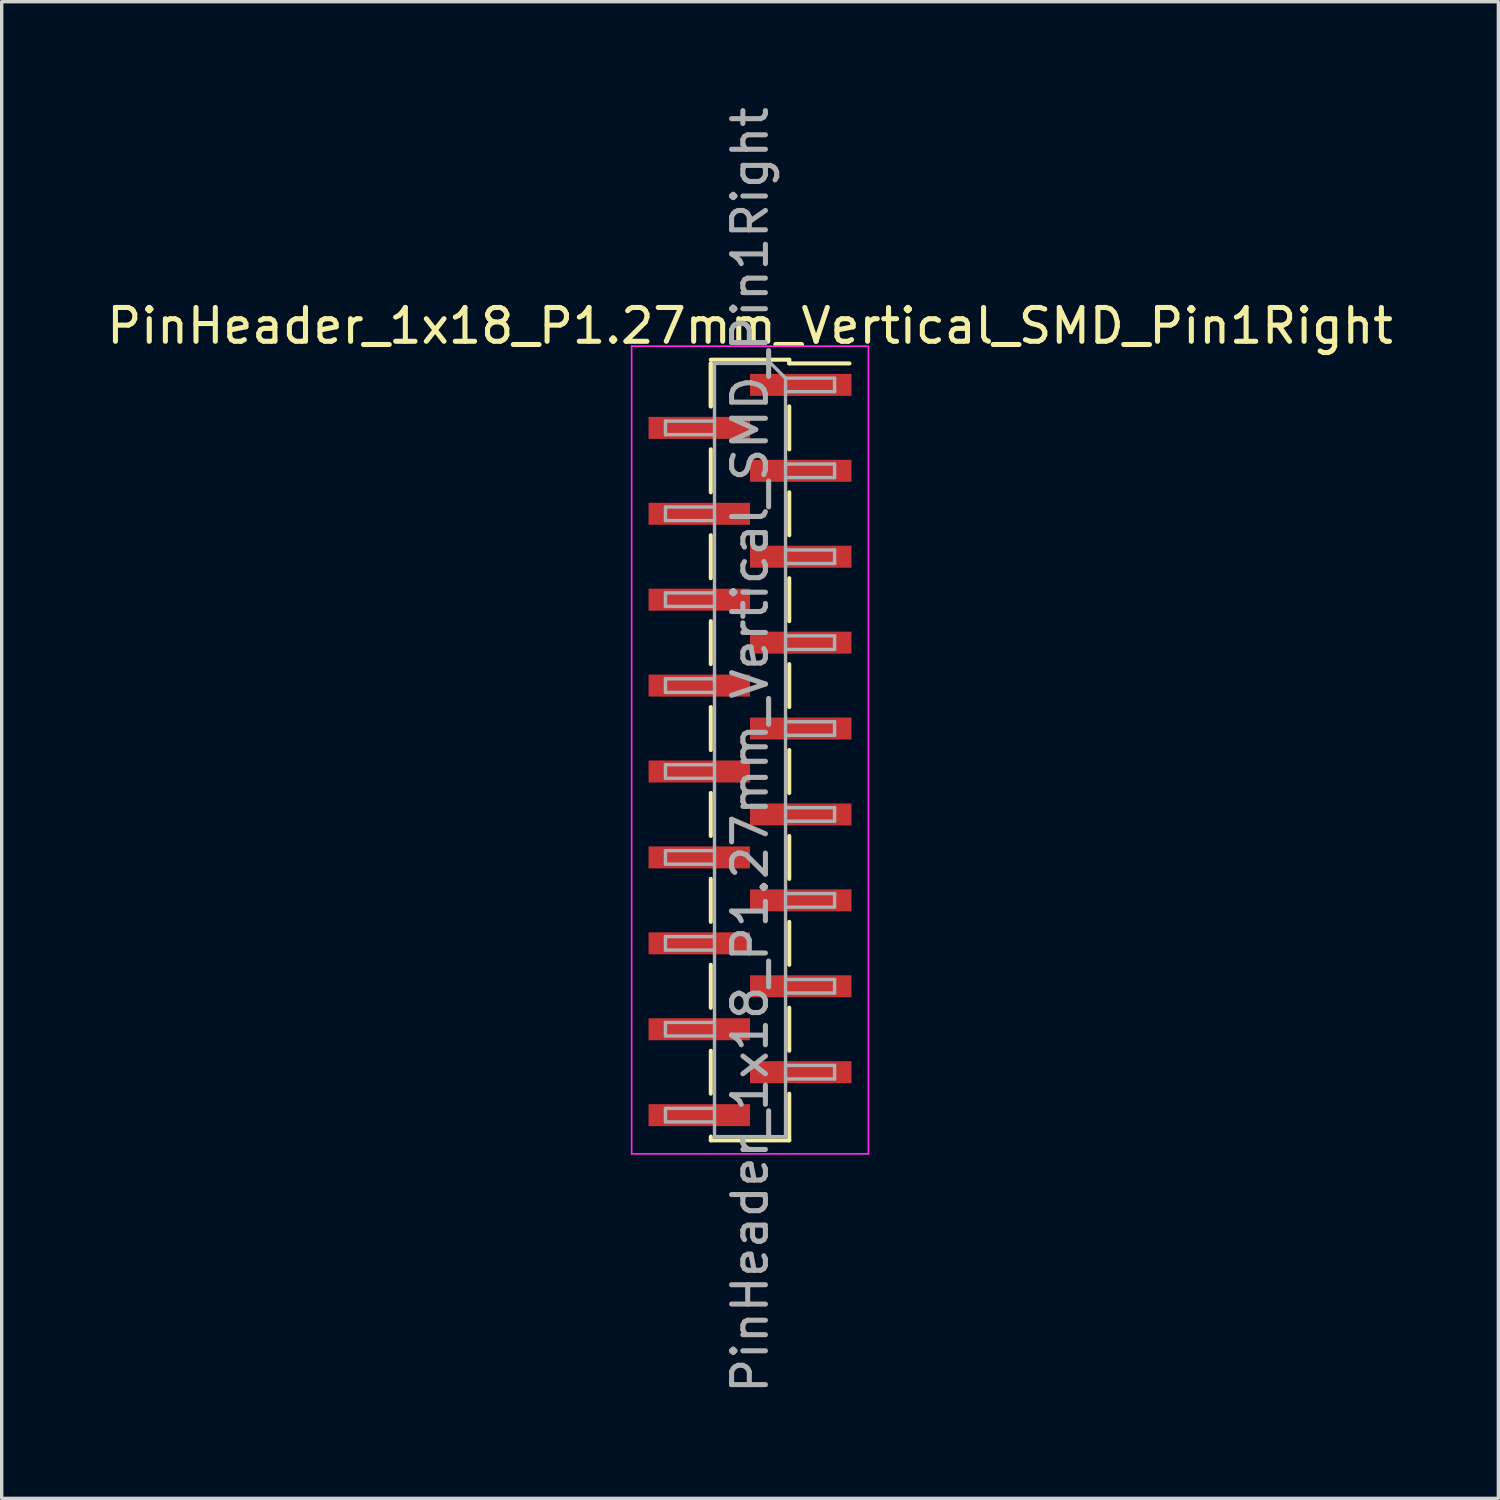
<source format=kicad_pcb>
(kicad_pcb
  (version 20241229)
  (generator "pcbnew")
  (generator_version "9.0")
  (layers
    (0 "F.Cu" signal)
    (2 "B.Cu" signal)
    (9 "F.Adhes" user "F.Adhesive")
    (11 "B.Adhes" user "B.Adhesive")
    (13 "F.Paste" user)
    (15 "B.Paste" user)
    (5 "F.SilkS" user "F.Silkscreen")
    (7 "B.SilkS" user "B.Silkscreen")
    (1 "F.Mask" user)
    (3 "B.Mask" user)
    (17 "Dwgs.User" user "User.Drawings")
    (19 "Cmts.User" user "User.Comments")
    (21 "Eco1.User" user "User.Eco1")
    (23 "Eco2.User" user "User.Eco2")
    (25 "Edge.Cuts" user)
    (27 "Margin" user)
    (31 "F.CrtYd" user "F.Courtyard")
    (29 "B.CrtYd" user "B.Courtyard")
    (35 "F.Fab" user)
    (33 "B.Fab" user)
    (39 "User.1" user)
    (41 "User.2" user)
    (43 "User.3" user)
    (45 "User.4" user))
  (footprint "PinHeader_1x18_P1.27mm_Vertical_SMD_Pin1Right"
    (layer "F.Cu")
    (at 19.125 19.125)
    (property "Reference" "PinHeader_1x18_P1.27mm_Vertical_SMD_Pin1Right" (at 0 -12.54 0) (layer "F.SilkS") (effects (font (size 1 1) (thickness 0.15))))
    (attr smd)
    (fp_line (start -1.16 -11.54) (end 1.16 -11.54) (stroke (width 0.12) (type solid)) (layer "F.SilkS"))
    (fp_line (start -1.16 -11.43) (end -1.16 -10.16) (stroke (width 0.12) (type solid)) (layer "F.SilkS"))
    (fp_line (start -1.16 -11.43) (end -1.16 -10.16) (stroke (width 0.12) (type solid)) (layer "F.SilkS"))
    (fp_line (start -1.16 -8.89) (end -1.16 -7.62) (stroke (width 0.12) (type solid)) (layer "F.SilkS"))
    (fp_line (start -1.16 -6.35) (end -1.16 -5.08) (stroke (width 0.12) (type solid)) (layer "F.SilkS"))
    (fp_line (start -1.16 -3.81) (end -1.16 -2.54) (stroke (width 0.12) (type solid)) (layer "F.SilkS"))
    (fp_line (start -1.16 -1.27) (end -1.16 0) (stroke (width 0.12) (type solid)) (layer "F.SilkS"))
    (fp_line (start -1.16 1.27) (end -1.16 2.54) (stroke (width 0.12) (type solid)) (layer "F.SilkS"))
    (fp_line (start -1.16 3.81) (end -1.16 5.08) (stroke (width 0.12) (type solid)) (layer "F.SilkS"))
    (fp_line (start -1.16 6.35) (end -1.16 7.62) (stroke (width 0.12) (type solid)) (layer "F.SilkS"))
    (fp_line (start -1.16 8.89) (end -1.16 10.16) (stroke (width 0.12) (type solid)) (layer "F.SilkS"))
    (fp_line (start -1.16 11.43) (end -1.16 11.54) (stroke (width 0.12) (type solid)) (layer "F.SilkS"))
    (fp_line (start -1.16 11.54) (end 1.16 11.54) (stroke (width 0.12) (type solid)) (layer "F.SilkS"))
    (fp_line (start 1.16 -11.54) (end 1.16 -11.43) (stroke (width 0.12) (type solid)) (layer "F.SilkS"))
    (fp_line (start 1.16 -11.43) (end 2.94 -11.43) (stroke (width 0.12) (type solid)) (layer "F.SilkS"))
    (fp_line (start 1.16 -10.16) (end 1.16 -8.89) (stroke (width 0.12) (type solid)) (layer "F.SilkS"))
    (fp_line (start 1.16 -7.62) (end 1.16 -6.35) (stroke (width 0.12) (type solid)) (layer "F.SilkS"))
    (fp_line (start 1.16 -5.08) (end 1.16 -3.81) (stroke (width 0.12) (type solid)) (layer "F.SilkS"))
    (fp_line (start 1.16 -2.54) (end 1.16 -1.27) (stroke (width 0.12) (type solid)) (layer "F.SilkS"))
    (fp_line (start 1.16 0) (end 1.16 1.27) (stroke (width 0.12) (type solid)) (layer "F.SilkS"))
    (fp_line (start 1.16 2.54) (end 1.16 3.81) (stroke (width 0.12) (type solid)) (layer "F.SilkS"))
    (fp_line (start 1.16 5.08) (end 1.16 6.35) (stroke (width 0.12) (type solid)) (layer "F.SilkS"))
    (fp_line (start 1.16 7.62) (end 1.16 8.89) (stroke (width 0.12) (type solid)) (layer "F.SilkS"))
    (fp_line (start 1.16 10.16) (end 1.16 11.54) (stroke (width 0.12) (type solid)) (layer "F.SilkS"))
    (fp_line (start -3.5 -11.94) (end -3.5 11.94) (stroke (width 0.05) (type solid)) (layer "F.CrtYd"))
    (fp_line (start -3.5 11.94) (end 3.5 11.94) (stroke (width 0.05) (type solid)) (layer "F.CrtYd"))
    (fp_line (start 3.5 -11.94) (end -3.5 -11.94) (stroke (width 0.05) (type solid)) (layer "F.CrtYd"))
    (fp_line (start 3.5 11.94) (end 3.5 -11.94) (stroke (width 0.05) (type solid)) (layer "F.CrtYd"))
    (fp_line (start -2.5 -9.725) (end -2.5 -9.325) (stroke (width 0.1) (type solid)) (layer "F.Fab"))
    (fp_line (start -2.5 -9.325) (end -1.05 -9.325) (stroke (width 0.1) (type solid)) (layer "F.Fab"))
    (fp_line (start -2.5 -7.185) (end -2.5 -6.785) (stroke (width 0.1) (type solid)) (layer "F.Fab"))
    (fp_line (start -2.5 -6.785) (end -1.05 -6.785) (stroke (width 0.1) (type solid)) (layer "F.Fab"))
    (fp_line (start -2.5 -4.645) (end -2.5 -4.245) (stroke (width 0.1) (type solid)) (layer "F.Fab"))
    (fp_line (start -2.5 -4.245) (end -1.05 -4.245) (stroke (width 0.1) (type solid)) (layer "F.Fab"))
    (fp_line (start -2.5 -2.105) (end -2.5 -1.705) (stroke (width 0.1) (type solid)) (layer "F.Fab"))
    (fp_line (start -2.5 -1.705) (end -1.05 -1.705) (stroke (width 0.1) (type solid)) (layer "F.Fab"))
    (fp_line (start -2.5 0.435) (end -2.5 0.835) (stroke (width 0.1) (type solid)) (layer "F.Fab"))
    (fp_line (start -2.5 0.835) (end -1.05 0.835) (stroke (width 0.1) (type solid)) (layer "F.Fab"))
    (fp_line (start -2.5 2.975) (end -2.5 3.375) (stroke (width 0.1) (type solid)) (layer "F.Fab"))
    (fp_line (start -2.5 3.375) (end -1.05 3.375) (stroke (width 0.1) (type solid)) (layer "F.Fab"))
    (fp_line (start -2.5 5.515) (end -2.5 5.915) (stroke (width 0.1) (type solid)) (layer "F.Fab"))
    (fp_line (start -2.5 5.915) (end -1.05 5.915) (stroke (width 0.1) (type solid)) (layer "F.Fab"))
    (fp_line (start -2.5 8.055) (end -2.5 8.455) (stroke (width 0.1) (type solid)) (layer "F.Fab"))
    (fp_line (start -2.5 8.455) (end -1.05 8.455) (stroke (width 0.1) (type solid)) (layer "F.Fab"))
    (fp_line (start -2.5 10.595) (end -2.5 10.995) (stroke (width 0.1) (type solid)) (layer "F.Fab"))
    (fp_line (start -2.5 10.995) (end -1.05 10.995) (stroke (width 0.1) (type solid)) (layer "F.Fab"))
    (fp_line (start -1.05 -11.43) (end -1.05 11.43) (stroke (width 0.1) (type solid)) (layer "F.Fab"))
    (fp_line (start -1.05 -11.43) (end 0.615 -11.43) (stroke (width 0.1) (type solid)) (layer "F.Fab"))
    (fp_line (start -1.05 -9.725) (end -2.5 -9.725) (stroke (width 0.1) (type solid)) (layer "F.Fab"))
    (fp_line (start -1.05 -7.185) (end -2.5 -7.185) (stroke (width 0.1) (type solid)) (layer "F.Fab"))
    (fp_line (start -1.05 -4.645) (end -2.5 -4.645) (stroke (width 0.1) (type solid)) (layer "F.Fab"))
    (fp_line (start -1.05 -2.105) (end -2.5 -2.105) (stroke (width 0.1) (type solid)) (layer "F.Fab"))
    (fp_line (start -1.05 0.435) (end -2.5 0.435) (stroke (width 0.1) (type solid)) (layer "F.Fab"))
    (fp_line (start -1.05 2.975) (end -2.5 2.975) (stroke (width 0.1) (type solid)) (layer "F.Fab"))
    (fp_line (start -1.05 5.515) (end -2.5 5.515) (stroke (width 0.1) (type solid)) (layer "F.Fab"))
    (fp_line (start -1.05 8.055) (end -2.5 8.055) (stroke (width 0.1) (type solid)) (layer "F.Fab"))
    (fp_line (start -1.05 10.595) (end -2.5 10.595) (stroke (width 0.1) (type solid)) (layer "F.Fab"))
    (fp_line (start 1.05 -10.995) (end 0.615 -11.43) (stroke (width 0.1) (type solid)) (layer "F.Fab"))
    (fp_line (start 1.05 -10.995) (end 2.5 -10.995) (stroke (width 0.1) (type solid)) (layer "F.Fab"))
    (fp_line (start 1.05 -8.455) (end 2.5 -8.455) (stroke (width 0.1) (type solid)) (layer "F.Fab"))
    (fp_line (start 1.05 -5.915) (end 2.5 -5.915) (stroke (width 0.1) (type solid)) (layer "F.Fab"))
    (fp_line (start 1.05 -3.375) (end 2.5 -3.375) (stroke (width 0.1) (type solid)) (layer "F.Fab"))
    (fp_line (start 1.05 -0.835) (end 2.5 -0.835) (stroke (width 0.1) (type solid)) (layer "F.Fab"))
    (fp_line (start 1.05 1.705) (end 2.5 1.705) (stroke (width 0.1) (type solid)) (layer "F.Fab"))
    (fp_line (start 1.05 4.245) (end 2.5 4.245) (stroke (width 0.1) (type solid)) (layer "F.Fab"))
    (fp_line (start 1.05 6.785) (end 2.5 6.785) (stroke (width 0.1) (type solid)) (layer "F.Fab"))
    (fp_line (start 1.05 9.325) (end 2.5 9.325) (stroke (width 0.1) (type solid)) (layer "F.Fab"))
    (fp_line (start 1.05 11.43) (end -1.05 11.43) (stroke (width 0.1) (type solid)) (layer "F.Fab"))
    (fp_line (start 1.05 11.43) (end 1.05 -10.995) (stroke (width 0.1) (type solid)) (layer "F.Fab"))
    (fp_line (start 2.5 -10.995) (end 2.5 -10.595) (stroke (width 0.1) (type solid)) (layer "F.Fab"))
    (fp_line (start 2.5 -10.595) (end 1.05 -10.595) (stroke (width 0.1) (type solid)) (layer "F.Fab"))
    (fp_line (start 2.5 -8.455) (end 2.5 -8.055) (stroke (width 0.1) (type solid)) (layer "F.Fab"))
    (fp_line (start 2.5 -8.055) (end 1.05 -8.055) (stroke (width 0.1) (type solid)) (layer "F.Fab"))
    (fp_line (start 2.5 -5.915) (end 2.5 -5.515) (stroke (width 0.1) (type solid)) (layer "F.Fab"))
    (fp_line (start 2.5 -5.515) (end 1.05 -5.515) (stroke (width 0.1) (type solid)) (layer "F.Fab"))
    (fp_line (start 2.5 -3.375) (end 2.5 -2.975) (stroke (width 0.1) (type solid)) (layer "F.Fab"))
    (fp_line (start 2.5 -2.975) (end 1.05 -2.975) (stroke (width 0.1) (type solid)) (layer "F.Fab"))
    (fp_line (start 2.5 -0.835) (end 2.5 -0.435) (stroke (width 0.1) (type solid)) (layer "F.Fab"))
    (fp_line (start 2.5 -0.435) (end 1.05 -0.435) (stroke (width 0.1) (type solid)) (layer "F.Fab"))
    (fp_line (start 2.5 1.705) (end 2.5 2.105) (stroke (width 0.1) (type solid)) (layer "F.Fab"))
    (fp_line (start 2.5 2.105) (end 1.05 2.105) (stroke (width 0.1) (type solid)) (layer "F.Fab"))
    (fp_line (start 2.5 4.245) (end 2.5 4.645) (stroke (width 0.1) (type solid)) (layer "F.Fab"))
    (fp_line (start 2.5 4.645) (end 1.05 4.645) (stroke (width 0.1) (type solid)) (layer "F.Fab"))
    (fp_line (start 2.5 6.785) (end 2.5 7.185) (stroke (width 0.1) (type solid)) (layer "F.Fab"))
    (fp_line (start 2.5 7.185) (end 1.05 7.185) (stroke (width 0.1) (type solid)) (layer "F.Fab"))
    (fp_line (start 2.5 9.325) (end 2.5 9.725) (stroke (width 0.1) (type solid)) (layer "F.Fab"))
    (fp_line (start 2.5 9.725) (end 1.05 9.725) (stroke (width 0.1) (type solid)) (layer "F.Fab"))
    (fp_text user "${REFERENCE}" (at 0 0 90) (layer "F.Fab") (effects (font (size 1 1) (thickness 0.15))))
    (pad "1" smd rect (at 1.5 -10.795) (size 3 0.65) (layers "F.Cu" "F.Mask" "F.Paste"))
    (pad "2" smd rect (at -1.5 -9.525) (size 3 0.65) (layers "F.Cu" "F.Mask" "F.Paste"))
    (pad "3" smd rect (at 1.5 -8.255) (size 3 0.65) (layers "F.Cu" "F.Mask" "F.Paste"))
    (pad "4" smd rect (at -1.5 -6.985) (size 3 0.65) (layers "F.Cu" "F.Mask" "F.Paste"))
    (pad "5" smd rect (at 1.5 -5.715) (size 3 0.65) (layers "F.Cu" "F.Mask" "F.Paste"))
    (pad "6" smd rect (at -1.5 -4.445) (size 3 0.65) (layers "F.Cu" "F.Mask" "F.Paste"))
    (pad "7" smd rect (at 1.5 -3.175) (size 3 0.65) (layers "F.Cu" "F.Mask" "F.Paste"))
    (pad "8" smd rect (at -1.5 -1.905) (size 3 0.65) (layers "F.Cu" "F.Mask" "F.Paste"))
    (pad "9" smd rect (at 1.5 -0.635) (size 3 0.65) (layers "F.Cu" "F.Mask" "F.Paste"))
    (pad "10" smd rect (at -1.5 0.635) (size 3 0.65) (layers "F.Cu" "F.Mask" "F.Paste"))
    (pad "11" smd rect (at 1.5 1.905) (size 3 0.65) (layers "F.Cu" "F.Mask" "F.Paste"))
    (pad "12" smd rect (at -1.5 3.175) (size 3 0.65) (layers "F.Cu" "F.Mask" "F.Paste"))
    (pad "13" smd rect (at 1.5 4.445) (size 3 0.65) (layers "F.Cu" "F.Mask" "F.Paste"))
    (pad "14" smd rect (at -1.5 5.715) (size 3 0.65) (layers "F.Cu" "F.Mask" "F.Paste"))
    (pad "15" smd rect (at 1.5 6.985) (size 3 0.65) (layers "F.Cu" "F.Mask" "F.Paste"))
    (pad "16" smd rect (at -1.5 8.255) (size 3 0.65) (layers "F.Cu" "F.Mask" "F.Paste"))
    (pad "17" smd rect (at 1.5 9.525) (size 3 0.65) (layers "F.Cu" "F.Mask" "F.Paste"))
    (pad "18" smd rect (at -1.5 10.795) (size 3 0.65) (layers "F.Cu" "F.Mask" "F.Paste")))
  (gr_rect
    (start -3 -3)
    (end 41.25 41.25)
    (stroke (width 0.1) (type default))
    (fill no)
    (layer "Edge.Cuts")))
</source>
